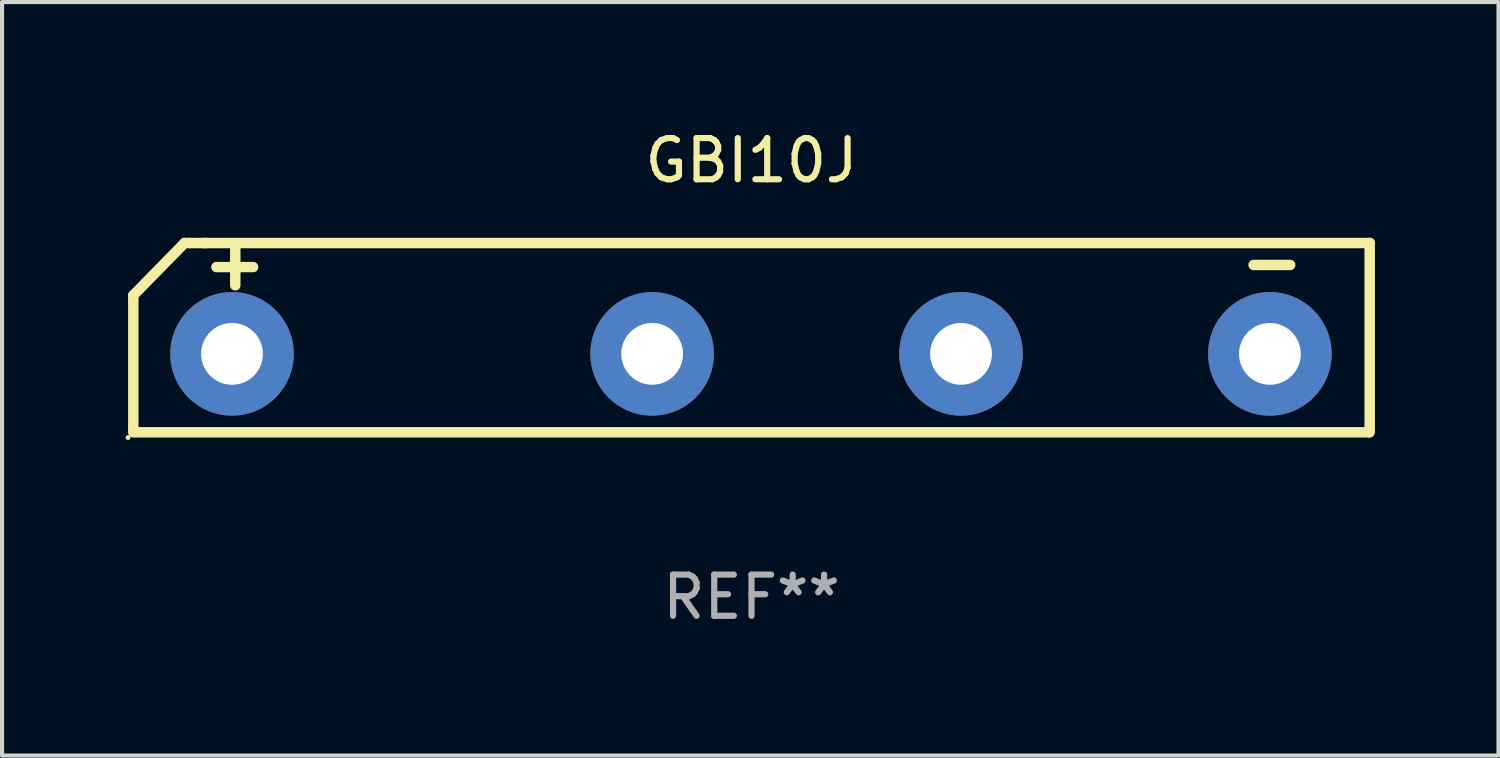
<source format=kicad_pcb>
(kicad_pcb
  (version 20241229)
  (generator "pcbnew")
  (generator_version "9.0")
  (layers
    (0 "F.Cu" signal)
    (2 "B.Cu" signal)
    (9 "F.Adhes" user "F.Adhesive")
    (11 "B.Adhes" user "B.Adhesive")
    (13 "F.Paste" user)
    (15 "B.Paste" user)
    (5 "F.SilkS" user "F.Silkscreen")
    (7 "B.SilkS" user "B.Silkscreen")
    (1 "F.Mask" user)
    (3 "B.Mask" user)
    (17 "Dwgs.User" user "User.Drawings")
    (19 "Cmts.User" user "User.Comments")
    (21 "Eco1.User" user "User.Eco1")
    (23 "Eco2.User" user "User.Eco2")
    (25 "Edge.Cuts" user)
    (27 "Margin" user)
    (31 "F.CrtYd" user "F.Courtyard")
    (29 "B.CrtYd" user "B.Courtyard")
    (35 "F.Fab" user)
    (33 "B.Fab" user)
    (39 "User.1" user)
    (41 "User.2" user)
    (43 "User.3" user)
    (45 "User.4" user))
  (footprint "GBI10J"
    (layer "F.Cu")
    (at 15.198 5.148)
    (property "Reference" "GBI10J" (at 0 -4.3 0) (layer "F.SilkS") (effects (font (size 1 1) (thickness 0.15))))
    (attr through_hole)
    (fp_line (start -15.011 -1.027) (end -15.011 2.275) (stroke (width 0.254) (type solid)) (layer "F.SilkS"))
    (fp_line (start -15.011 -1.027) (end -13.767 -2.297) (stroke (width 0.254) (type solid)) (layer "F.SilkS"))
    (fp_line (start -15.011 2.3) (end 14.989 2.3) (stroke (width 0.254) (type solid)) (layer "F.SilkS"))
    (fp_line (start -13.767 -2.297) (end -13.64 -2.297) (stroke (width 0.254) (type solid)) (layer "F.SilkS"))
    (fp_line (start -13.64 -2.297) (end -13.233 -2.297) (stroke (width 0.254) (type solid)) (layer "F.SilkS"))
    (fp_line (start -13.31 -2.297) (end 15.011 -2.297) (stroke (width 0.254) (type solid)) (layer "F.SilkS"))
    (fp_line (start -12.992 -1.713) (end -12.103 -1.713) (stroke (width 0.254) (type solid)) (layer "F.SilkS"))
    (fp_line (start -12.535 -1.269) (end -12.535 -2.158) (stroke (width 0.254) (type solid)) (layer "F.SilkS"))
    (fp_line (start 12.192 -1.764) (end 13.081 -1.764) (stroke (width 0.254) (type solid)) (layer "F.SilkS"))
    (fp_line (start 15.011 -2.3) (end 15.011 2.3) (stroke (width 0.254) (type solid)) (layer "F.SilkS"))
    (fp_circle (center -15.138 2.427) (end -15.108 2.427) (stroke (width 0.06) (type solid)) (fill no) (layer "F.SilkS"))
    (fp_text user "REF**" (at 0 6.3 0) (layer "F.Fab") (effects (font (size 1 1) (thickness 0.15))))
    (pad "1" thru_hole circle (at -12.614 0.395) (size 3 3) (drill 1.5) (layers "*.Cu" "*.Mask"))
    (pad "2" thru_hole circle (at -2.413 0.395) (size 3 3) (drill 1.5) (layers "*.Cu" "*.Mask"))
    (pad "3" thru_hole circle (at 5.088 0.395) (size 3 3) (drill 1.5) (layers "*.Cu" "*.Mask"))
    (pad "4" thru_hole circle (at 12.588 0.395) (size 3 3) (drill 1.5) (layers "*.Cu" "*.Mask")))
  (gr_rect
    (start -3 -3)
    (end 33.337 15.296)
    (stroke (width 0.1) (type default))
    (fill no)
    (layer "Edge.Cuts")))
</source>
